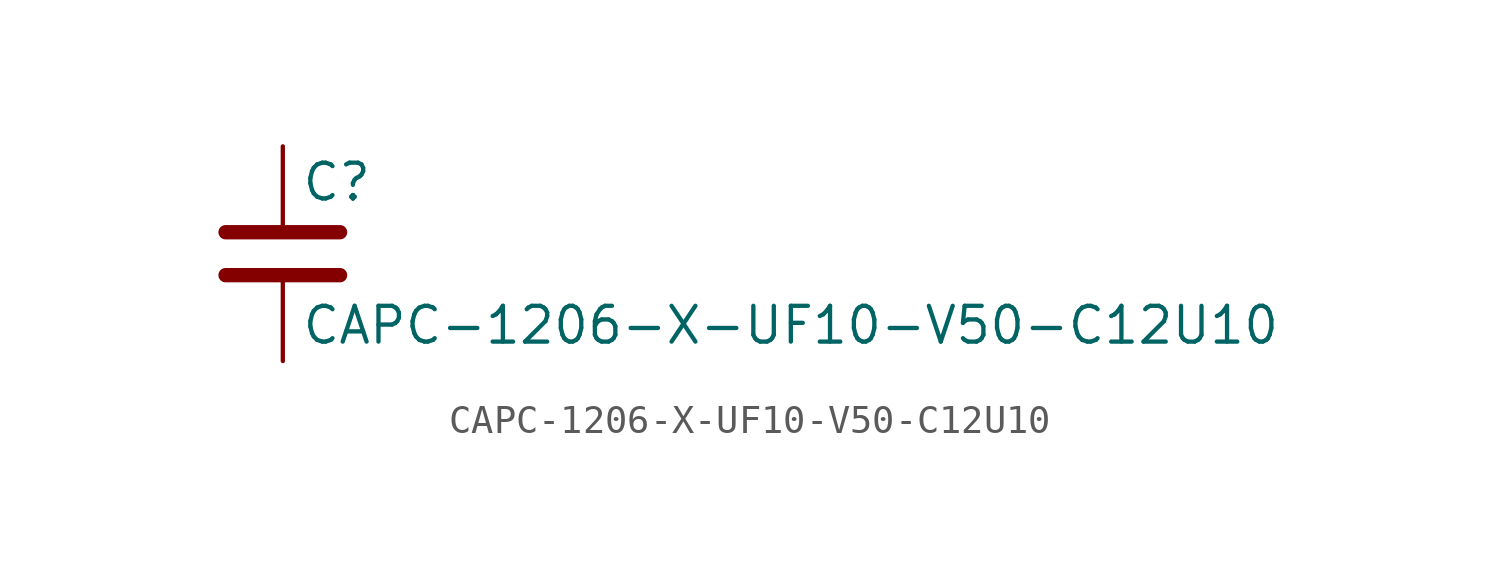
<source format=kicad_sym>
(kicad_symbol_lib
  (version 20211014)
  (generator kicad_symbol_editor)
  (symbol "CAPC-1206-X-UF10-V50-C12U10"
    (pin_numbers hide)
    (pin_names
      (offset 0.254))
    (property "Reference" "C"
      (at 0.635 2.54 0)
      (effects (font (size 1.27 1.27)) (justify left)))
    (property "Value" "CAPC-1206-X-UF10-V50-C12U10"
      (at 0.635 -2.54 0)
      (effects (font (size 1.27 1.27)) (justify left)))
    (symbol "CAPC-1206-X-UF10-V50-C12U10_0_1"
      (polyline (pts (xy -2.032 -0.762) (xy 2.032 -0.762)) (stroke (width 0.508) (type default) (color 0 0 0 0)) (fill (type none)))
      (polyline (pts (xy -2.032 0.762) (xy 2.032 0.762)) (stroke (width 0.508) (type default) (color 0 0 0 0)) (fill (type none))))
    (symbol "CAPC-1206-X-UF10-V50-C12U10_1_1"
      (pin passive line (at 0 3.81 270) (length 2.794) (name "~" (effects (font (size 1.27 1.27)))) (number "1" (effects (font (size 1.27 1.27)))))
      (pin passive line (at 0 -3.81 90) (length 2.794) (name "~" (effects (font (size 1.27 1.27)))) (number "2" (effects (font (size 1.27 1.27))))))))
</source>
